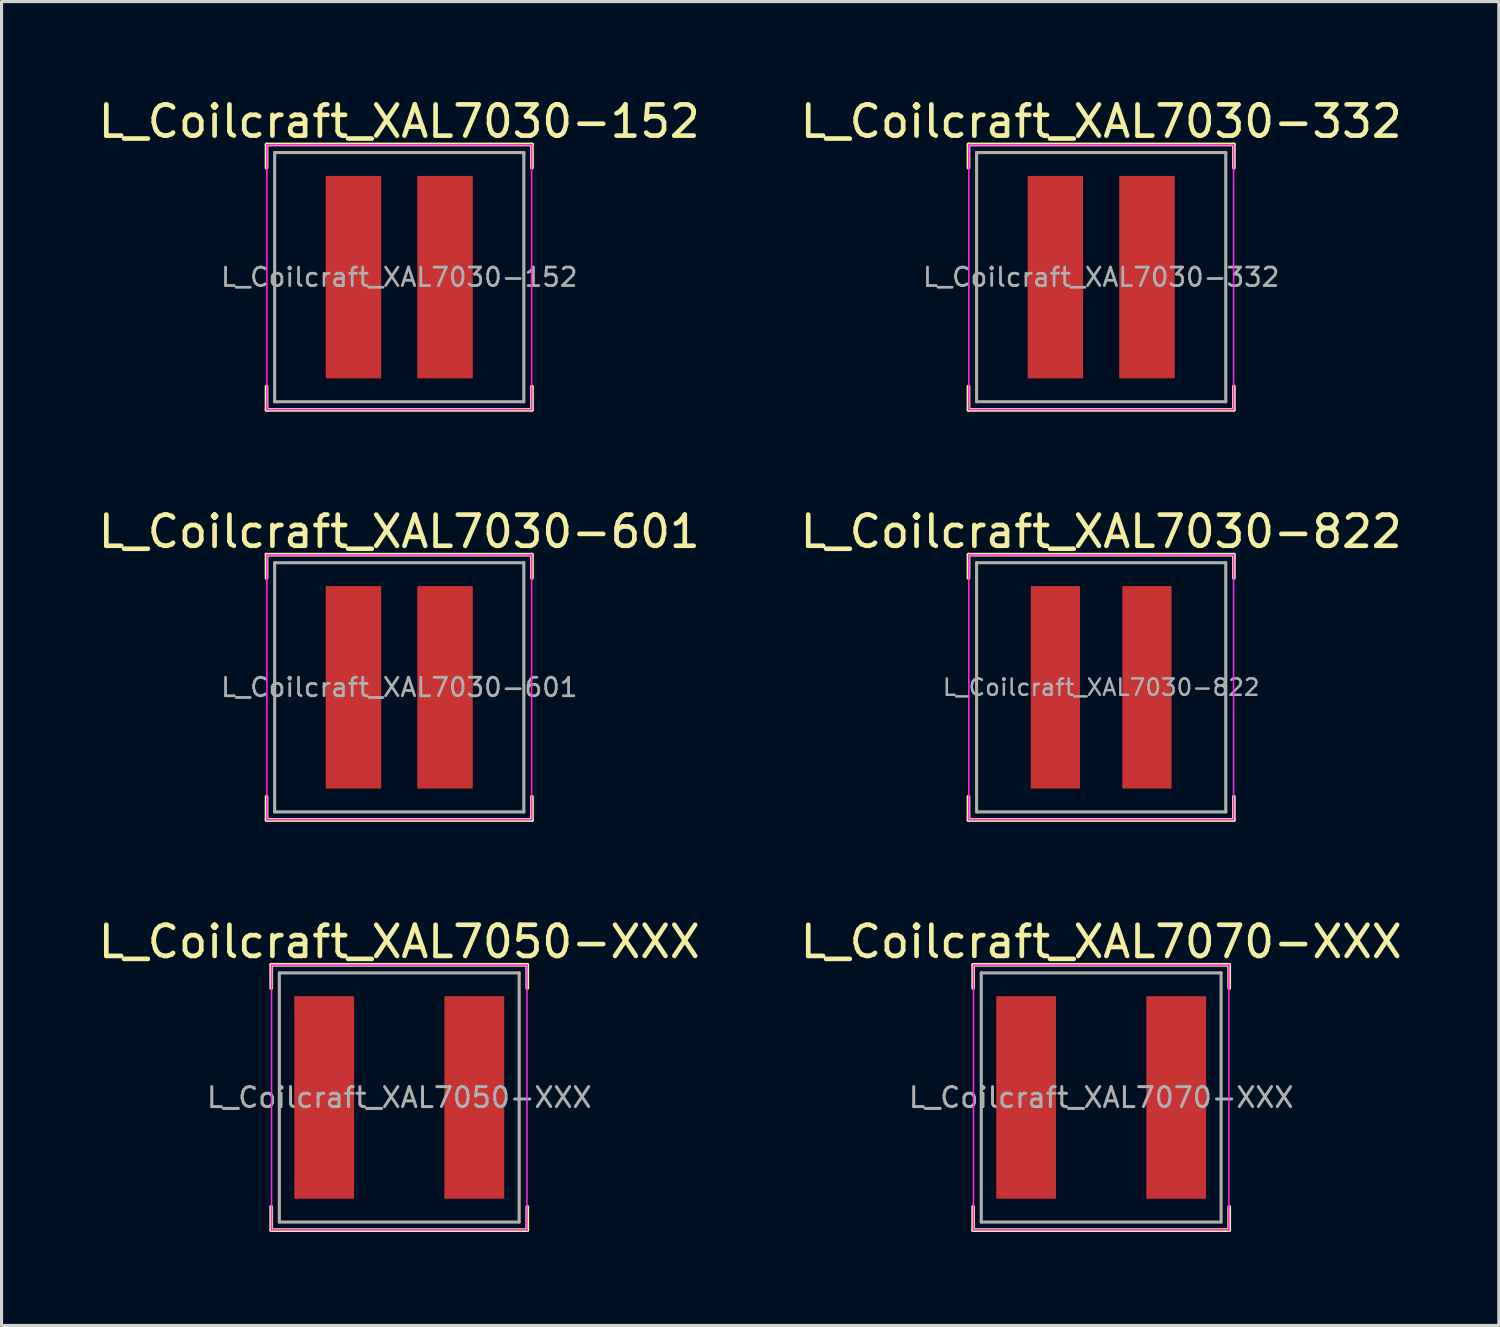
<source format=kicad_pcb>
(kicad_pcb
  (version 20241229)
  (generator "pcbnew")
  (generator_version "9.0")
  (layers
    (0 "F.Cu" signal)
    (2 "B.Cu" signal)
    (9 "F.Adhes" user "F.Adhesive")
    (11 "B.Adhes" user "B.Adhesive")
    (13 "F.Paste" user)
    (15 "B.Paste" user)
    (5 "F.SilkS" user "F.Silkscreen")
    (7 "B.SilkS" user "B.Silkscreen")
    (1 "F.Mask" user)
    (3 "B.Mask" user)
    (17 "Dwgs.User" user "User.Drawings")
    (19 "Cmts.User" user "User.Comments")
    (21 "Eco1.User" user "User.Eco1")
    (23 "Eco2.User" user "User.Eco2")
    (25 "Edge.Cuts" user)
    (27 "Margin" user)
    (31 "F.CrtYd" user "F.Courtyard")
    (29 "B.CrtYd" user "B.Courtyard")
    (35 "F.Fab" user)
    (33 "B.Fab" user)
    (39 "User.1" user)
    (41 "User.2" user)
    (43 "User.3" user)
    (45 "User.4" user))
  (footprint "L_Coilcraft_XAL7030-822"
    (layer "F.Cu")
    (at 32.304 19.017)
    (property "Reference" "L_Coilcraft_XAL7030-822" (at 0 -5 0) (layer "F.SilkS") (effects (font (size 1 1) (thickness 0.15))))
    (attr smd)
    (fp_line (start -4.26 -4.26) (end -4.26 -3.51) (stroke (width 0.12) (type solid)) (layer "F.SilkS"))
    (fp_line (start -4.26 -4.26) (end 4.26 -4.26) (stroke (width 0.12) (type solid)) (layer "F.SilkS"))
    (fp_line (start -4.26 4.26) (end -4.26 3.51) (stroke (width 0.12) (type solid)) (layer "F.SilkS"))
    (fp_line (start -4.26 4.26) (end 4.26 4.26) (stroke (width 0.12) (type solid)) (layer "F.SilkS"))
    (fp_line (start 4.26 -4.26) (end 4.26 -3.51) (stroke (width 0.12) (type solid)) (layer "F.SilkS"))
    (fp_line (start 4.26 4.26) (end 4.26 3.51) (stroke (width 0.12) (type solid)) (layer "F.SilkS"))
    (fp_line (start -4.25 -4.25) (end -4.25 4.25) (stroke (width 0.05) (type solid)) (layer "F.CrtYd"))
    (fp_line (start -4.25 4.25) (end 4.25 4.25) (stroke (width 0.05) (type solid)) (layer "F.CrtYd"))
    (fp_line (start 4.25 -4.25) (end -4.25 -4.25) (stroke (width 0.05) (type solid)) (layer "F.CrtYd"))
    (fp_line (start 4.25 4.25) (end 4.25 -4.25) (stroke (width 0.05) (type solid)) (layer "F.CrtYd"))
    (fp_line (start -4 -4) (end -4 4) (stroke (width 0.1) (type solid)) (layer "F.Fab"))
    (fp_line (start -4 4) (end 4 4) (stroke (width 0.1) (type solid)) (layer "F.Fab"))
    (fp_line (start 4 -4) (end -4 -4) (stroke (width 0.1) (type solid)) (layer "F.Fab"))
    (fp_line (start 4 4) (end 4 -4) (stroke (width 0.1) (type solid)) (layer "F.Fab"))
    (fp_text user "${REFERENCE}" (at 0 0 0) (layer "F.Fab") (effects (font (size 0.527 0.527) (thickness 0.079))))
    (pad "1" smd rect (at -1.47 0) (size 1.58 6.5) (layers "F.Cu" "F.Mask" "F.Paste"))
    (pad "2" smd rect (at 1.47 0) (size 1.58 6.5) (layers "F.Cu" "F.Mask" "F.Paste")))
  (footprint "L_Coilcraft_XAL7030-152"
    (layer "F.Cu")
    (at 9.768 5.848)
    (property "Reference" "L_Coilcraft_XAL7030-152" (at 0 -5 0) (layer "F.SilkS") (effects (font (size 1 1) (thickness 0.15))))
    (attr smd)
    (fp_line (start -4.26 -4.26) (end -4.26 -3.51) (stroke (width 0.12) (type solid)) (layer "F.SilkS"))
    (fp_line (start -4.26 -4.26) (end 4.26 -4.26) (stroke (width 0.12) (type solid)) (layer "F.SilkS"))
    (fp_line (start -4.26 4.26) (end -4.26 3.51) (stroke (width 0.12) (type solid)) (layer "F.SilkS"))
    (fp_line (start -4.26 4.26) (end 4.26 4.26) (stroke (width 0.12) (type solid)) (layer "F.SilkS"))
    (fp_line (start 4.26 -4.26) (end 4.26 -3.51) (stroke (width 0.12) (type solid)) (layer "F.SilkS"))
    (fp_line (start 4.26 4.26) (end 4.26 3.51) (stroke (width 0.12) (type solid)) (layer "F.SilkS"))
    (fp_line (start -4.25 -4.25) (end -4.25 4.25) (stroke (width 0.05) (type solid)) (layer "F.CrtYd"))
    (fp_line (start -4.25 4.25) (end 4.25 4.25) (stroke (width 0.05) (type solid)) (layer "F.CrtYd"))
    (fp_line (start 4.25 -4.25) (end -4.25 -4.25) (stroke (width 0.05) (type solid)) (layer "F.CrtYd"))
    (fp_line (start 4.25 4.25) (end 4.25 -4.25) (stroke (width 0.05) (type solid)) (layer "F.CrtYd"))
    (fp_line (start -4 -4) (end -4 4) (stroke (width 0.1) (type solid)) (layer "F.Fab"))
    (fp_line (start -4 4) (end 4 4) (stroke (width 0.1) (type solid)) (layer "F.Fab"))
    (fp_line (start 4 -4) (end -4 -4) (stroke (width 0.1) (type solid)) (layer "F.Fab"))
    (fp_line (start 4 4) (end 4 -4) (stroke (width 0.1) (type solid)) (layer "F.Fab"))
    (fp_text user "${REFERENCE}" (at 0 0 0) (layer "F.Fab") (effects (font (size 0.593 0.593) (thickness 0.089))))
    (pad "1" smd rect (at -1.47 0) (size 1.78 6.5) (layers "F.Cu" "F.Mask" "F.Paste"))
    (pad "2" smd rect (at 1.47 0) (size 1.78 6.5) (layers "F.Cu" "F.Mask" "F.Paste")))
  (footprint "L_Coilcraft_XAL7030-601"
    (layer "F.Cu")
    (at 9.768 19.017)
    (property "Reference" "L_Coilcraft_XAL7030-601" (at 0 -5 0) (layer "F.SilkS") (effects (font (size 1 1) (thickness 0.15))))
    (attr smd)
    (fp_line (start -4.26 -4.26) (end -4.26 -3.51) (stroke (width 0.12) (type solid)) (layer "F.SilkS"))
    (fp_line (start -4.26 -4.26) (end 4.26 -4.26) (stroke (width 0.12) (type solid)) (layer "F.SilkS"))
    (fp_line (start -4.26 4.26) (end -4.26 3.51) (stroke (width 0.12) (type solid)) (layer "F.SilkS"))
    (fp_line (start -4.26 4.26) (end 4.26 4.26) (stroke (width 0.12) (type solid)) (layer "F.SilkS"))
    (fp_line (start 4.26 -4.26) (end 4.26 -3.51) (stroke (width 0.12) (type solid)) (layer "F.SilkS"))
    (fp_line (start 4.26 4.26) (end 4.26 3.51) (stroke (width 0.12) (type solid)) (layer "F.SilkS"))
    (fp_line (start -4.25 -4.25) (end -4.25 4.25) (stroke (width 0.05) (type solid)) (layer "F.CrtYd"))
    (fp_line (start -4.25 4.25) (end 4.25 4.25) (stroke (width 0.05) (type solid)) (layer "F.CrtYd"))
    (fp_line (start 4.25 -4.25) (end -4.25 -4.25) (stroke (width 0.05) (type solid)) (layer "F.CrtYd"))
    (fp_line (start 4.25 4.25) (end 4.25 -4.25) (stroke (width 0.05) (type solid)) (layer "F.CrtYd"))
    (fp_line (start -4 -4) (end -4 4) (stroke (width 0.1) (type solid)) (layer "F.Fab"))
    (fp_line (start -4 4) (end 4 4) (stroke (width 0.1) (type solid)) (layer "F.Fab"))
    (fp_line (start 4 -4) (end -4 -4) (stroke (width 0.1) (type solid)) (layer "F.Fab"))
    (fp_line (start 4 4) (end 4 -4) (stroke (width 0.1) (type solid)) (layer "F.Fab"))
    (fp_text user "${REFERENCE}" (at 0 0 0) (layer "F.Fab") (effects (font (size 0.593 0.593) (thickness 0.089))))
    (pad "1" smd rect (at -1.47 0) (size 1.78 6.5) (layers "F.Cu" "F.Mask" "F.Paste"))
    (pad "2" smd rect (at 1.47 0) (size 1.78 6.5) (layers "F.Cu" "F.Mask" "F.Paste")))
  (footprint "L_Coilcraft_XAL7050-XXX"
    (layer "F.Cu")
    (at 9.768 32.185)
    (property "Reference" "L_Coilcraft_XAL7050-XXX" (at 0 -5 0) (layer "F.SilkS") (effects (font (size 1 1) (thickness 0.15))))
    (attr smd)
    (fp_line (start -4.11 -4.26) (end -4.11 -3.51) (stroke (width 0.12) (type solid)) (layer "F.SilkS"))
    (fp_line (start -4.11 -4.26) (end 4.11 -4.26) (stroke (width 0.12) (type solid)) (layer "F.SilkS"))
    (fp_line (start -4.11 4.26) (end -4.11 3.51) (stroke (width 0.12) (type solid)) (layer "F.SilkS"))
    (fp_line (start -4.11 4.26) (end 4.11 4.26) (stroke (width 0.12) (type solid)) (layer "F.SilkS"))
    (fp_line (start 4.11 -4.26) (end 4.11 -3.51) (stroke (width 0.12) (type solid)) (layer "F.SilkS"))
    (fp_line (start 4.11 4.26) (end 4.11 3.51) (stroke (width 0.12) (type solid)) (layer "F.SilkS"))
    (fp_line (start -4.1 -4.25) (end -4.1 4.25) (stroke (width 0.05) (type solid)) (layer "F.CrtYd"))
    (fp_line (start -4.1 4.25) (end 4.1 4.25) (stroke (width 0.05) (type solid)) (layer "F.CrtYd"))
    (fp_line (start 4.1 -4.25) (end -4.1 -4.25) (stroke (width 0.05) (type solid)) (layer "F.CrtYd"))
    (fp_line (start 4.1 4.25) (end 4.1 -4.25) (stroke (width 0.05) (type solid)) (layer "F.CrtYd"))
    (fp_line (start -3.85 -4) (end -3.85 4) (stroke (width 0.1) (type solid)) (layer "F.Fab"))
    (fp_line (start -3.85 4) (end 3.85 4) (stroke (width 0.1) (type solid)) (layer "F.Fab"))
    (fp_line (start 3.85 -4) (end -3.85 -4) (stroke (width 0.1) (type solid)) (layer "F.Fab"))
    (fp_line (start 3.85 4) (end 3.85 -4) (stroke (width 0.1) (type solid)) (layer "F.Fab"))
    (fp_text user "${REFERENCE}" (at 0 0 0) (layer "F.Fab") (effects (font (size 0.64 0.64) (thickness 0.096))))
    (pad "1" smd rect (at -2.41 0) (size 1.92 6.5) (layers "F.Cu" "F.Mask" "F.Paste"))
    (pad "2" smd rect (at 2.41 0) (size 1.92 6.5) (layers "F.Cu" "F.Mask" "F.Paste")))
  (footprint "L_Coilcraft_XAL7030-332"
    (layer "F.Cu")
    (at 32.304 5.848)
    (property "Reference" "L_Coilcraft_XAL7030-332" (at 0 -5 0) (layer "F.SilkS") (effects (font (size 1 1) (thickness 0.15))))
    (attr smd)
    (fp_line (start -4.26 -4.26) (end -4.26 -3.51) (stroke (width 0.12) (type solid)) (layer "F.SilkS"))
    (fp_line (start -4.26 -4.26) (end 4.26 -4.26) (stroke (width 0.12) (type solid)) (layer "F.SilkS"))
    (fp_line (start -4.26 4.26) (end -4.26 3.51) (stroke (width 0.12) (type solid)) (layer "F.SilkS"))
    (fp_line (start -4.26 4.26) (end 4.26 4.26) (stroke (width 0.12) (type solid)) (layer "F.SilkS"))
    (fp_line (start 4.26 -4.26) (end 4.26 -3.51) (stroke (width 0.12) (type solid)) (layer "F.SilkS"))
    (fp_line (start 4.26 4.26) (end 4.26 3.51) (stroke (width 0.12) (type solid)) (layer "F.SilkS"))
    (fp_line (start -4.25 -4.25) (end -4.25 4.25) (stroke (width 0.05) (type solid)) (layer "F.CrtYd"))
    (fp_line (start -4.25 4.25) (end 4.25 4.25) (stroke (width 0.05) (type solid)) (layer "F.CrtYd"))
    (fp_line (start 4.25 -4.25) (end -4.25 -4.25) (stroke (width 0.05) (type solid)) (layer "F.CrtYd"))
    (fp_line (start 4.25 4.25) (end 4.25 -4.25) (stroke (width 0.05) (type solid)) (layer "F.CrtYd"))
    (fp_line (start -4 -4) (end -4 4) (stroke (width 0.1) (type solid)) (layer "F.Fab"))
    (fp_line (start -4 4) (end 4 4) (stroke (width 0.1) (type solid)) (layer "F.Fab"))
    (fp_line (start 4 -4) (end -4 -4) (stroke (width 0.1) (type solid)) (layer "F.Fab"))
    (fp_line (start 4 4) (end 4 -4) (stroke (width 0.1) (type solid)) (layer "F.Fab"))
    (fp_text user "${REFERENCE}" (at 0 0 0) (layer "F.Fab") (effects (font (size 0.593 0.593) (thickness 0.089))))
    (pad "1" smd rect (at -1.47 0) (size 1.78 6.5) (layers "F.Cu" "F.Mask" "F.Paste"))
    (pad "2" smd rect (at 1.47 0) (size 1.78 6.5) (layers "F.Cu" "F.Mask" "F.Paste")))
  (footprint "L_Coilcraft_XAL7070-XXX"
    (layer "F.Cu")
    (at 32.304 32.185)
    (property "Reference" "L_Coilcraft_XAL7070-XXX" (at 0 -5 0) (layer "F.SilkS") (effects (font (size 1 1) (thickness 0.15))))
    (attr smd)
    (fp_line (start -4.11 -4.26) (end -4.11 -3.51) (stroke (width 0.12) (type solid)) (layer "F.SilkS"))
    (fp_line (start -4.11 -4.26) (end 4.11 -4.26) (stroke (width 0.12) (type solid)) (layer "F.SilkS"))
    (fp_line (start -4.11 4.26) (end -4.11 3.51) (stroke (width 0.12) (type solid)) (layer "F.SilkS"))
    (fp_line (start -4.11 4.26) (end 4.11 4.26) (stroke (width 0.12) (type solid)) (layer "F.SilkS"))
    (fp_line (start 4.11 -4.26) (end 4.11 -3.51) (stroke (width 0.12) (type solid)) (layer "F.SilkS"))
    (fp_line (start 4.11 4.26) (end 4.11 3.51) (stroke (width 0.12) (type solid)) (layer "F.SilkS"))
    (fp_line (start -4.1 -4.25) (end -4.1 4.25) (stroke (width 0.05) (type solid)) (layer "F.CrtYd"))
    (fp_line (start -4.1 4.25) (end 4.1 4.25) (stroke (width 0.05) (type solid)) (layer "F.CrtYd"))
    (fp_line (start 4.1 -4.25) (end -4.1 -4.25) (stroke (width 0.05) (type solid)) (layer "F.CrtYd"))
    (fp_line (start 4.1 4.25) (end 4.1 -4.25) (stroke (width 0.05) (type solid)) (layer "F.CrtYd"))
    (fp_line (start -3.85 -4) (end -3.85 4) (stroke (width 0.1) (type solid)) (layer "F.Fab"))
    (fp_line (start -3.85 4) (end 3.85 4) (stroke (width 0.1) (type solid)) (layer "F.Fab"))
    (fp_line (start 3.85 -4) (end -3.85 -4) (stroke (width 0.1) (type solid)) (layer "F.Fab"))
    (fp_line (start 3.85 4) (end 3.85 -4) (stroke (width 0.1) (type solid)) (layer "F.Fab"))
    (fp_text user "${REFERENCE}" (at 0 0 0) (layer "F.Fab") (effects (font (size 0.64 0.64) (thickness 0.096))))
    (pad "1" smd rect (at -2.41 0) (size 1.92 6.5) (layers "F.Cu" "F.Mask" "F.Paste"))
    (pad "2" smd rect (at 2.41 0) (size 1.92 6.5) (layers "F.Cu" "F.Mask" "F.Paste")))
  (gr_rect
    (start -3 -3)
    (end 45.071 39.505)
    (stroke (width 0.1) (type default))
    (fill no)
    (layer "Edge.Cuts")))
</source>
